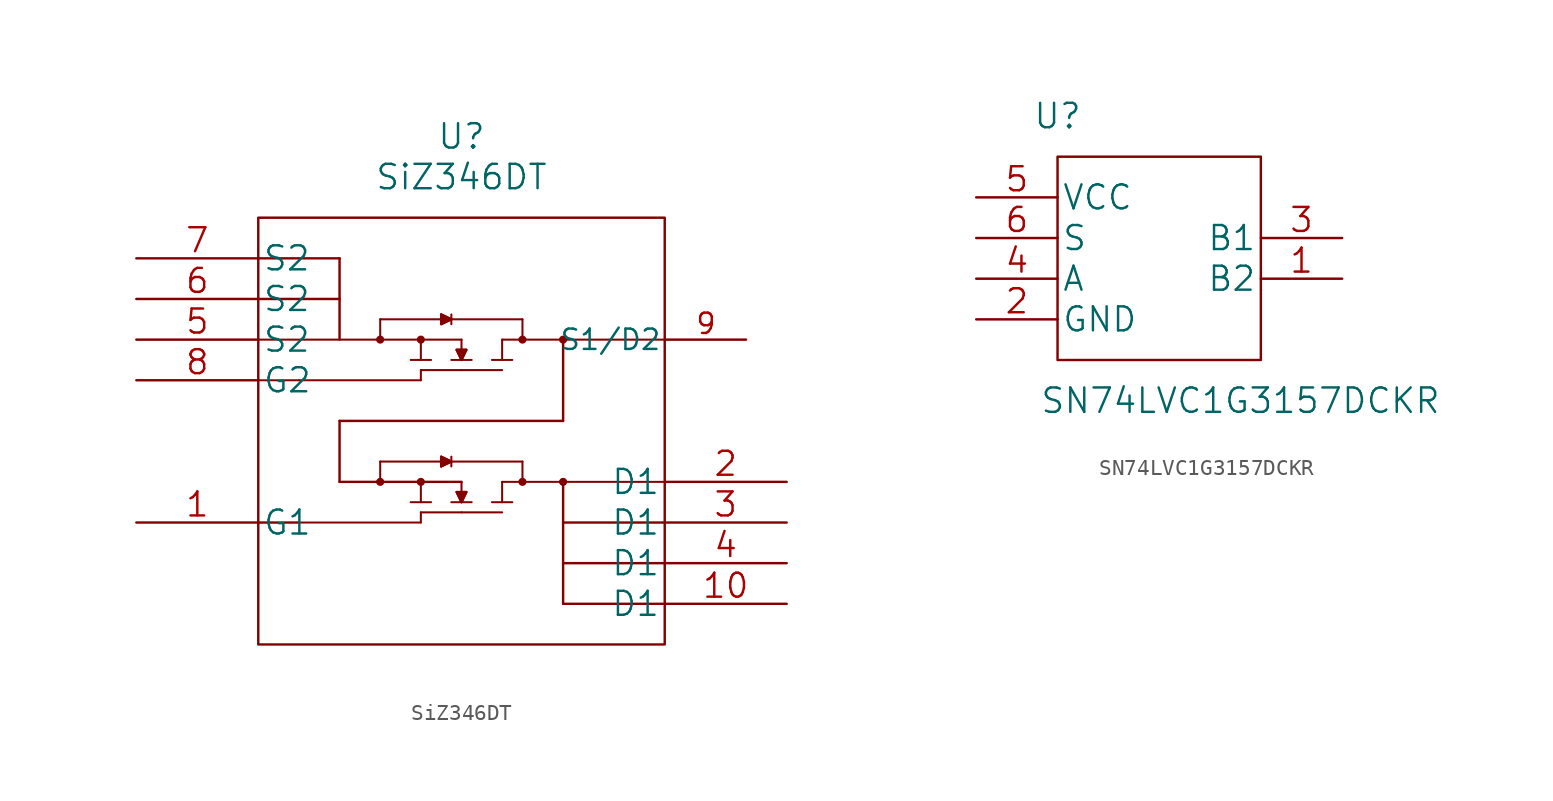
<source format=kicad_sym>
(kicad_symbol_lib
  (version 20211014)
  (generator kicad_symbol_editor)
  (symbol "SiZ346DT"
    (pin_names
      (offset 0.254))
    (property "Reference" "U"
      (at 20.32 10.16 0)
      (effects (font (size 1.524 1.524))))
    (property "Value" "SiZ346DT"
      (at 20.32 7.62 0)
      (effects (font (size 1.524 1.524))))
    (property "Datasheet" ""
      (at 40.64 -5.08 0)
      (effects (font (size 1.524 1.524))))
    (property "ki_locked" ""
      (at 0 0 0)
      (effects (font (size 1.27 1.27))))
    (symbol "SiZ346DT_1_1"
      (polyline (pts (xy 10.16 -5.08) (xy 7.62 -5.08)) (stroke (width 0.127) (type default) (color 0 0 0 0)) (fill (type none)))
      (polyline (pts (xy 15.24 -11.43) (xy 15.24 -10.16)) (stroke (width 0.127) (type default) (color 0 0 0 0)) (fill (type none)))
      (polyline (pts (xy 15.24 -10.16) (xy 24.13 -10.16)) (stroke (width 0.127) (type default) (color 0 0 0 0)) (fill (type none)))
      (polyline (pts (xy 15.24 -2.54) (xy 15.24 -1.27)) (stroke (width 0.127) (type default) (color 0 0 0 0)) (fill (type none)))
      (polyline (pts (xy 15.24 -1.27) (xy 24.13 -1.27)) (stroke (width 0.127) (type default) (color 0 0 0 0)) (fill (type none)))
      (polyline (pts (xy 17.145 -12.7) (xy 18.415 -12.7)) (stroke (width 0.127) (type default) (color 0 0 0 0)) (fill (type none)))
      (polyline (pts (xy 17.145 -3.81) (xy 18.415 -3.81)) (stroke (width 0.127) (type default) (color 0 0 0 0)) (fill (type none)))
      (polyline (pts (xy 17.78 -13.97) (xy 10.16 -13.97)) (stroke (width 0.127) (type default) (color 0 0 0 0)) (fill (type none)))
      (polyline (pts (xy 17.78 -13.97) (xy 17.78 -13.335)) (stroke (width 0.127) (type default) (color 0 0 0 0)) (fill (type none)))
      (polyline (pts (xy 17.78 -13.335) (xy 20.32 -13.335)) (stroke (width 0.127) (type default) (color 0 0 0 0)) (fill (type none)))
      (polyline (pts (xy 17.78 -11.43) (xy 17.78 -12.7)) (stroke (width 0.127) (type default) (color 0 0 0 0)) (fill (type none)))
      (polyline (pts (xy 17.78 -5.08) (xy 10.16 -5.08)) (stroke (width 0.127) (type default) (color 0 0 0 0)) (fill (type none)))
      (polyline (pts (xy 17.78 -5.08) (xy 17.78 -4.445)) (stroke (width 0.127) (type default) (color 0 0 0 0)) (fill (type none)))
      (polyline (pts (xy 17.78 -4.445) (xy 20.32 -4.445)) (stroke (width 0.127) (type default) (color 0 0 0 0)) (fill (type none)))
      (polyline (pts (xy 17.78 -2.54) (xy 17.78 -3.81)) (stroke (width 0.127) (type default) (color 0 0 0 0)) (fill (type none)))
      (polyline (pts (xy 19.05 -10.465) (xy 19.685 -10.16)) (stroke (width 0.127) (type default) (color 0 0 0 0)) (fill (type none)))
      (polyline (pts (xy 19.05 -9.855) (xy 19.05 -10.465)) (stroke (width 0.127) (type default) (color 0 0 0 0)) (fill (type none)))
      (polyline (pts (xy 19.05 -1.575) (xy 19.685 -1.27)) (stroke (width 0.127) (type default) (color 0 0 0 0)) (fill (type none)))
      (polyline (pts (xy 19.05 -0.965) (xy 19.05 -1.575)) (stroke (width 0.127) (type default) (color 0 0 0 0)) (fill (type none)))
      (polyline (pts (xy 19.685 -12.7) (xy 20.955 -12.7)) (stroke (width 0.127) (type default) (color 0 0 0 0)) (fill (type none)))
      (polyline (pts (xy 19.685 -10.16) (xy 19.05 -9.855)) (stroke (width 0.127) (type default) (color 0 0 0 0)) (fill (type none)))
      (polyline (pts (xy 19.685 -9.855) (xy 19.685 -10.465)) (stroke (width 0.127) (type default) (color 0 0 0 0)) (fill (type none)))
      (polyline (pts (xy 19.685 -3.81) (xy 20.955 -3.81)) (stroke (width 0.127) (type default) (color 0 0 0 0)) (fill (type none)))
      (polyline (pts (xy 19.685 -1.27) (xy 19.05 -0.965)) (stroke (width 0.127) (type default) (color 0 0 0 0)) (fill (type none)))
      (polyline (pts (xy 19.685 -0.965) (xy 19.685 -1.575)) (stroke (width 0.127) (type default) (color 0 0 0 0)) (fill (type none)))
      (polyline (pts (xy 20.015 -12.065) (xy 20.32 -12.7)) (stroke (width 0.127) (type default) (color 0 0 0 0)) (fill (type none)))
      (polyline (pts (xy 20.015 -12.065) (xy 20.625 -12.065)) (stroke (width 0.127) (type default) (color 0 0 0 0)) (fill (type none)))
      (polyline (pts (xy 20.015 -3.175) (xy 20.32 -3.81)) (stroke (width 0.127) (type default) (color 0 0 0 0)) (fill (type none)))
      (polyline (pts (xy 20.015 -3.175) (xy 20.625 -3.175)) (stroke (width 0.127) (type default) (color 0 0 0 0)) (fill (type none)))
      (polyline (pts (xy 20.32 -13.335) (xy 22.86 -13.335)) (stroke (width 0.127) (type default) (color 0 0 0 0)) (fill (type none)))
      (polyline (pts (xy 20.32 -11.43) (xy 20.32 -12.065)) (stroke (width 0.127) (type default) (color 0 0 0 0)) (fill (type none)))
      (polyline (pts (xy 20.32 -4.445) (xy 22.86 -4.445)) (stroke (width 0.127) (type default) (color 0 0 0 0)) (fill (type none)))
      (polyline (pts (xy 20.32 -2.54) (xy 7.62 -2.54)) (stroke (width 0.127) (type default) (color 0 0 0 0)) (fill (type none)))
      (polyline (pts (xy 20.32 -2.54) (xy 20.32 -3.175)) (stroke (width 0.127) (type default) (color 0 0 0 0)) (fill (type none)))
      (polyline (pts (xy 20.625 -12.065) (xy 20.32 -12.7)) (stroke (width 0.127) (type default) (color 0 0 0 0)) (fill (type none)))
      (polyline (pts (xy 20.625 -3.175) (xy 20.32 -3.81)) (stroke (width 0.127) (type default) (color 0 0 0 0)) (fill (type none)))
      (polyline (pts (xy 22.225 -12.7) (xy 23.495 -12.7)) (stroke (width 0.127) (type default) (color 0 0 0 0)) (fill (type none)))
      (polyline (pts (xy 22.225 -3.81) (xy 23.495 -3.81)) (stroke (width 0.127) (type default) (color 0 0 0 0)) (fill (type none)))
      (polyline (pts (xy 22.86 -11.43) (xy 22.86 -12.7)) (stroke (width 0.127) (type default) (color 0 0 0 0)) (fill (type none)))
      (polyline (pts (xy 22.86 -11.43) (xy 33.02 -11.43)) (stroke (width 0.127) (type default) (color 0 0 0 0)) (fill (type none)))
      (polyline (pts (xy 22.86 -2.54) (xy 22.86 -3.81)) (stroke (width 0.127) (type default) (color 0 0 0 0)) (fill (type none)))
      (polyline (pts (xy 22.86 -2.54) (xy 33.02 -2.54)) (stroke (width 0.127) (type default) (color 0 0 0 0)) (fill (type none)))
      (polyline (pts (xy 24.13 -10.16) (xy 24.13 -11.43)) (stroke (width 0.127) (type default) (color 0 0 0 0)) (fill (type none)))
      (polyline (pts (xy 24.13 -1.27) (xy 24.13 -2.54)) (stroke (width 0.127) (type default) (color 0 0 0 0)) (fill (type none)))
      (polyline (pts (xy 19.05 -9.855) (xy 19.685 -10.16) (xy 19.05 -10.465) (xy 19.05 -9.855)) (stroke (width 0) (type default) (color 0 0 0 0)) (fill (type outline)))
      (polyline (pts (xy 19.05 -0.965) (xy 19.685 -1.27) (xy 19.05 -1.575) (xy 19.05 -0.965)) (stroke (width 0) (type default) (color 0 0 0 0)) (fill (type outline)))
      (polyline (pts (xy 20.015 -12.065) (xy 20.625 -12.065) (xy 20.32 -12.7) (xy 20.015 -12.065)) (stroke (width 0) (type default) (color 0 0 0 0)) (fill (type outline)))
      (polyline (pts (xy 20.015 -3.175) (xy 20.625 -3.175) (xy 20.32 -3.81) (xy 20.015 -3.175)) (stroke (width 0) (type default) (color 0 0 0 0)) (fill (type outline)))
      (rectangle (start 7.62 0) (end 12.7 0) (stroke (width 0) (type default) (color 0 0 0 0)) (fill (type none)))
      (rectangle (start 7.62 2.54) (end 12.7 2.54) (stroke (width 0) (type default) (color 0 0 0 0)) (fill (type none)))
      (rectangle (start 7.62 5.08) (end 33.02 -21.59) (stroke (width 0) (type default) (color 0 0 0 0)) (fill (type none)))
      (rectangle (start 10.16 -13.97) (end 7.62 -13.97) (stroke (width 0) (type default) (color 0 0 0 0)) (fill (type none)))
      (rectangle (start 12.7 -11.43) (end 20.32 -11.43) (stroke (width 0) (type default) (color 0 0 0 0)) (fill (type none)))
      (rectangle (start 12.7 -7.62) (end 12.7 -11.43) (stroke (width 0) (type default) (color 0 0 0 0)) (fill (type none)))
      (rectangle (start 12.7 -2.54) (end 12.7 2.54) (stroke (width 0) (type default) (color 0 0 0 0)) (fill (type none)))
      (arc (start 15.113 -11.43) (mid 15.367 -11.43) (end 15.113 -11.43) (stroke (width 0.254) (type default) (color 0 0 0 0)) (fill (type none)))
      (arc (start 15.113 -2.54) (mid 15.367 -2.54) (end 15.113 -2.54) (stroke (width 0.254) (type default) (color 0 0 0 0)) (fill (type none)))
      (circle (center 15.24 -11.43) (radius 0.127) (stroke (width 0.254) (type default) (color 0 0 0 0)) (fill (type none)))
      (circle (center 15.24 -2.54) (radius 0.127) (stroke (width 0.254) (type default) (color 0 0 0 0)) (fill (type none)))
      (arc (start 17.653 -11.43) (mid 17.907 -11.43) (end 17.653 -11.43) (stroke (width 0.254) (type default) (color 0 0 0 0)) (fill (type none)))
      (arc (start 17.653 -2.54) (mid 17.907 -2.54) (end 17.653 -2.54) (stroke (width 0.254) (type default) (color 0 0 0 0)) (fill (type none)))
      (circle (center 17.78 -11.43) (radius 0.127) (stroke (width 0.254) (type default) (color 0 0 0 0)) (fill (type none)))
      (circle (center 17.78 -2.54) (radius 0.127) (stroke (width 0.254) (type default) (color 0 0 0 0)) (fill (type none)))
      (arc (start 24.003 -11.43) (mid 24.257 -11.43) (end 24.003 -11.43) (stroke (width 0.254) (type default) (color 0 0 0 0)) (fill (type none)))
      (arc (start 24.003 -2.54) (mid 24.257 -2.54) (end 24.003 -2.54) (stroke (width 0.254) (type default) (color 0 0 0 0)) (fill (type none)))
      (circle (center 24.13 -11.43) (radius 0.127) (stroke (width 0.254) (type default) (color 0 0 0 0)) (fill (type none)))
      (circle (center 24.13 -2.54) (radius 0.127) (stroke (width 0.254) (type default) (color 0 0 0 0)) (fill (type none)))
      (arc (start 26.543 -11.43) (mid 26.797 -11.43) (end 26.543 -11.43) (stroke (width 0.254) (type default) (color 0 0 0 0)) (fill (type none)))
      (arc (start 26.543 -2.54) (mid 26.797 -2.54) (end 26.543 -2.54) (stroke (width 0.254) (type default) (color 0 0 0 0)) (fill (type none)))
      (rectangle (start 26.67 -11.43) (end 26.67 -19.05) (stroke (width 0) (type default) (color 0 0 0 0)) (fill (type none)))
      (circle (center 26.67 -11.43) (radius 0.127) (stroke (width 0.254) (type default) (color 0 0 0 0)) (fill (type none)))
      (rectangle (start 26.67 -7.62) (end 12.7 -7.62) (stroke (width 0) (type default) (color 0 0 0 0)) (fill (type none)))
      (rectangle (start 26.67 -2.54) (end 26.67 -7.62) (stroke (width 0) (type default) (color 0 0 0 0)) (fill (type none)))
      (circle (center 26.67 -2.54) (radius 0.127) (stroke (width 0.254) (type default) (color 0 0 0 0)) (fill (type none)))
      (rectangle (start 33.02 -19.05) (end 26.67 -19.05) (stroke (width 0) (type default) (color 0 0 0 0)) (fill (type none)))
      (rectangle (start 33.02 -16.51) (end 26.67 -16.51) (stroke (width 0) (type default) (color 0 0 0 0)) (fill (type none)))
      (rectangle (start 33.02 -13.97) (end 26.67 -13.97) (stroke (width 0) (type default) (color 0 0 0 0)) (fill (type none)))
      (pin unspecified line (at 0 -13.97 0) (length 7.62) (name "G1" (effects (font (size 1.499 1.499)))) (number "1" (effects (font (size 1.499 1.499)))))
      (pin bidirectional line (at 40.64 -19.05 180) (length 7.62) (name "D1" (effects (font (size 1.499 1.499)))) (number "10" (effects (font (size 1.499 1.499)))))
      (pin unspecified line (at 40.64 -11.43 180) (length 7.62) (name "D1" (effects (font (size 1.499 1.499)))) (number "2" (effects (font (size 1.499 1.499)))))
      (pin unspecified line (at 40.64 -13.97 180) (length 7.62) (name "D1" (effects (font (size 1.499 1.499)))) (number "3" (effects (font (size 1.499 1.499)))))
      (pin unspecified line (at 40.64 -16.51 180) (length 7.62) (name "D1" (effects (font (size 1.499 1.499)))) (number "4" (effects (font (size 1.499 1.499)))))
      (pin unspecified line (at 0 -2.54 0) (length 7.62) (name "S2" (effects (font (size 1.499 1.499)))) (number "5" (effects (font (size 1.499 1.499)))))
      (pin unspecified line (at 0 0 0) (length 7.62) (name "S2" (effects (font (size 1.499 1.499)))) (number "6" (effects (font (size 1.499 1.499)))))
      (pin unspecified line (at 0 2.54 0) (length 7.62) (name "S2" (effects (font (size 1.499 1.499)))) (number "7" (effects (font (size 1.499 1.499)))))
      (pin unspecified line (at 0 -5.08 0) (length 7.62) (name "G2" (effects (font (size 1.499 1.499)))) (number "8" (effects (font (size 1.499 1.499)))))
      (pin bidirectional line (at 38.1 -2.54 180) (length 5.004) (name "S1/D2" (effects (font (size 1.27 1.27)))) (number "9" (effects (font (size 1.27 1.27)))))))
  (symbol "SN74LVC1G3157DCKR"
    (pin_names
      (offset 0.254))
    (property "Reference" "U"
      (at 5.08 5.08 0)
      (effects (font (size 1.524 1.524))))
    (property "Value" "SN74LVC1G3157DCKR"
      (at 16.51 -12.7 0)
      (effects (font (size 1.524 1.524))))
    (property "Datasheet" ""
      (at 22.86 -7.62 0)
      (effects (font (size 1.524 1.524))))
    (property "ki_locked" ""
      (at 0 0 0)
      (effects (font (size 1.27 1.27))))
    (symbol "SN74LVC1G3157DCKR_1_1"
      (rectangle (start 5.08 2.54) (end 17.78 -10.16) (stroke (width 0) (type default) (color 0 0 0 0)) (fill (type none)))
      (pin input line (at 22.86 -5.08 180) (length 5.08) (name "B2" (effects (font (size 1.499 1.499)))) (number "1" (effects (font (size 1.499 1.499)))))
      (pin power_in line (at 0 -7.62 0) (length 5.08) (name "GND" (effects (font (size 1.499 1.499)))) (number "2" (effects (font (size 1.499 1.499)))))
      (pin input line (at 22.86 -2.54 180) (length 5.08) (name "B1" (effects (font (size 1.499 1.499)))) (number "3" (effects (font (size 1.499 1.499)))))
      (pin output line (at 0 -5.08 0) (length 5.08) (name "A" (effects (font (size 1.499 1.499)))) (number "4" (effects (font (size 1.499 1.499)))))
      (pin power_in line (at 0 0 0) (length 5.08) (name "VCC" (effects (font (size 1.499 1.499)))) (number "5" (effects (font (size 1.499 1.499)))))
      (pin input line (at 0 -2.54 0) (length 5.08) (name "S" (effects (font (size 1.499 1.499)))) (number "6" (effects (font (size 1.499 1.499))))))))
</source>
